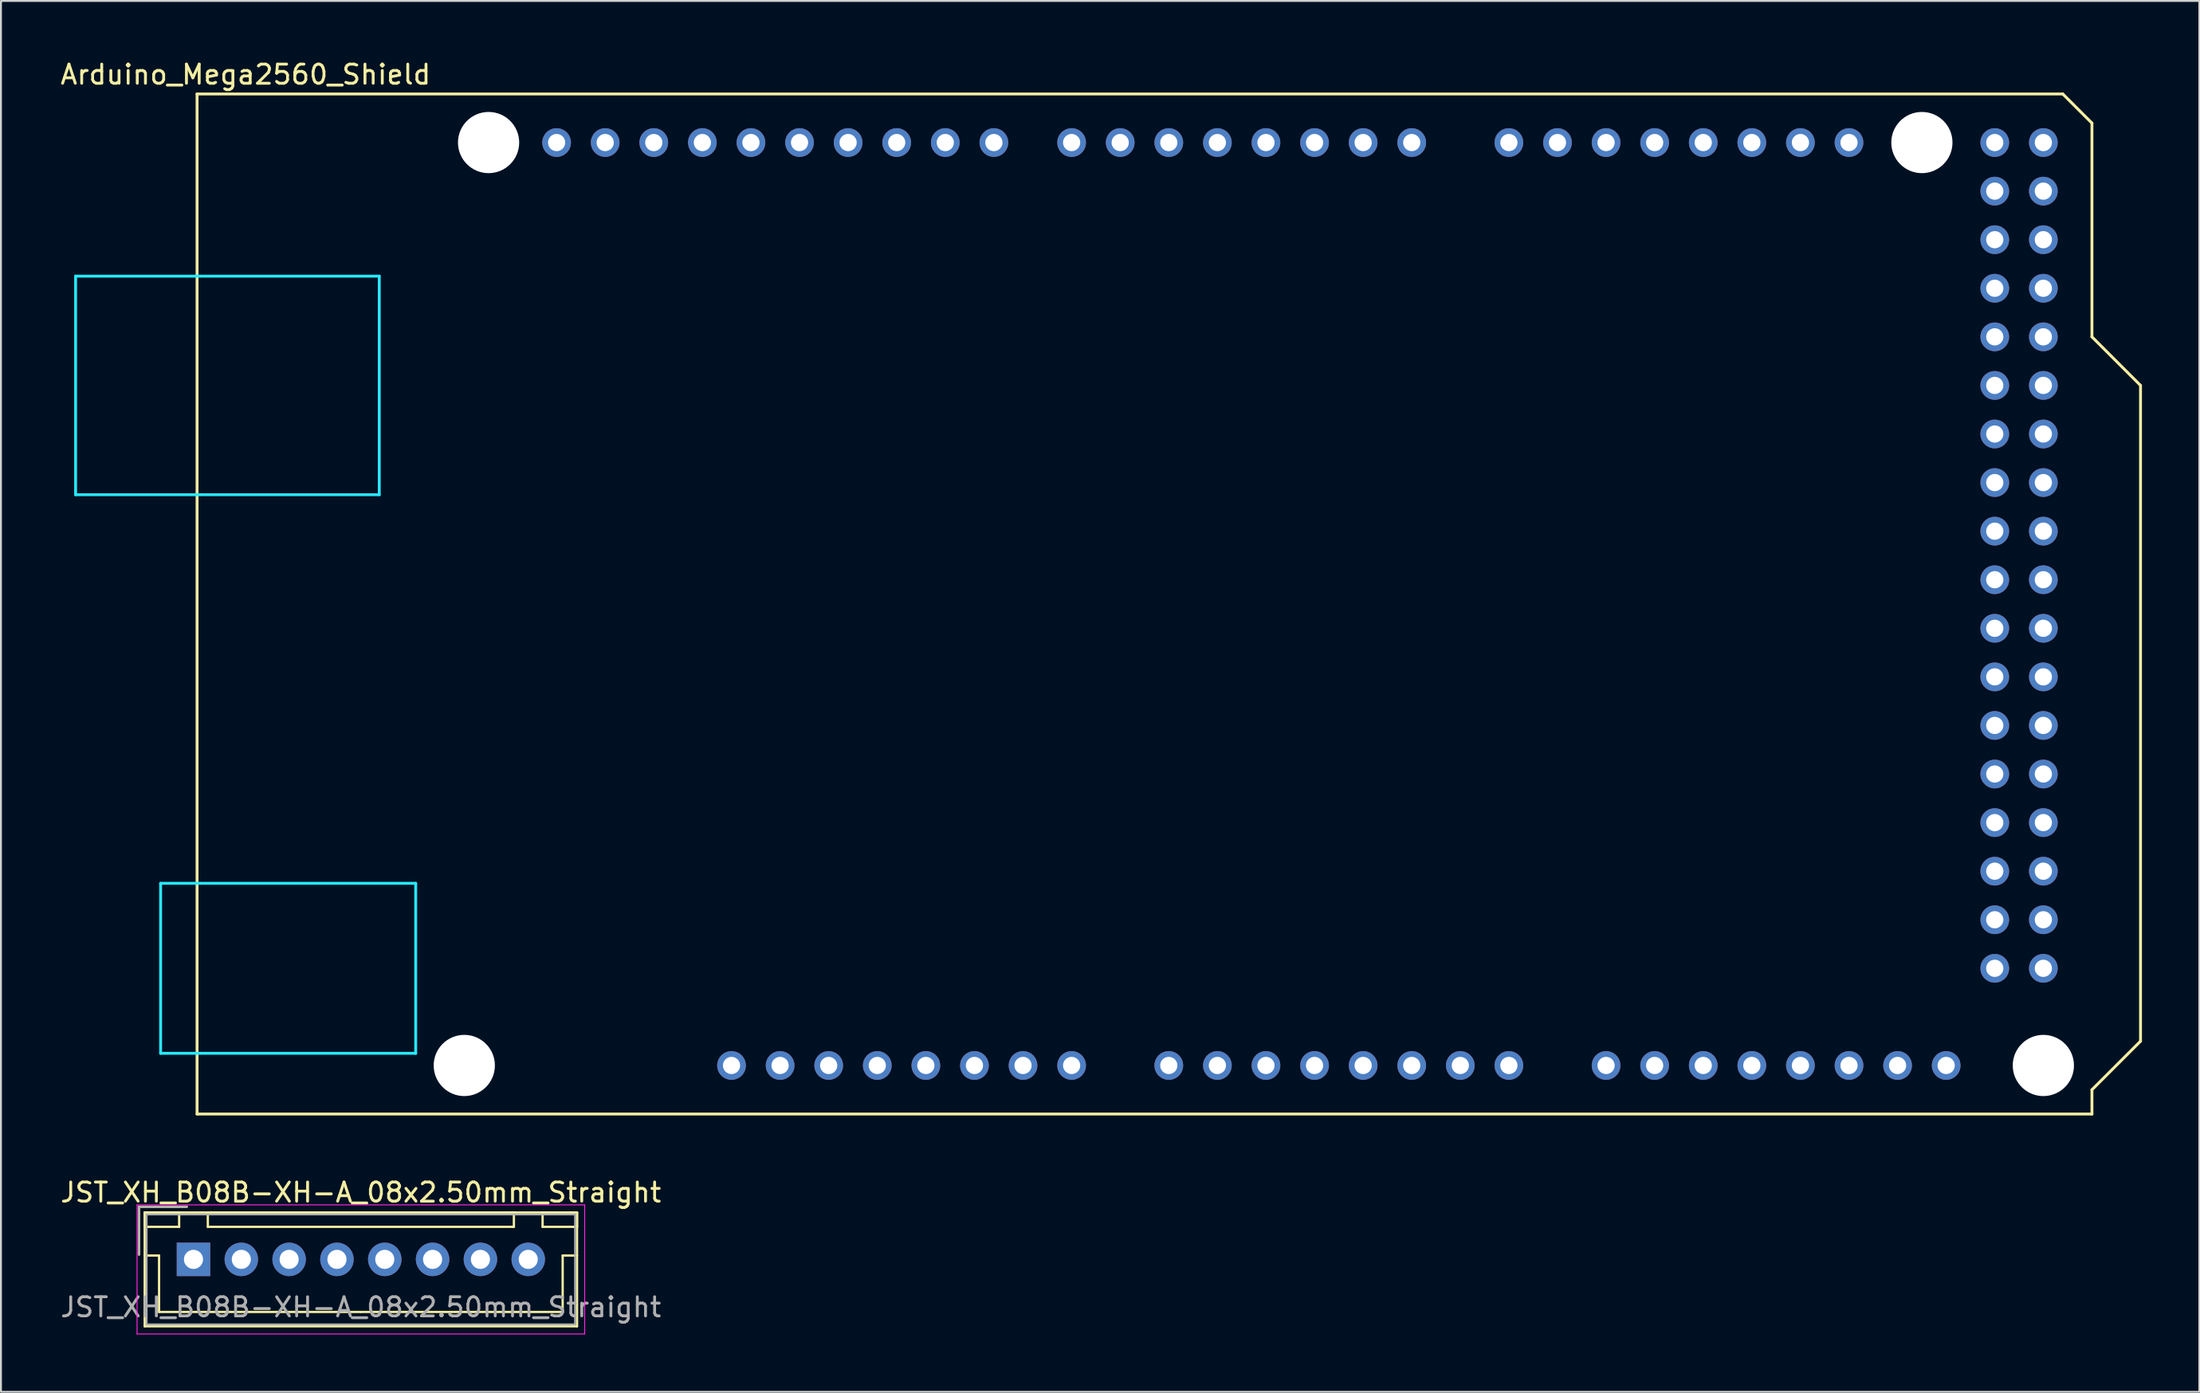
<source format=kicad_pcb>
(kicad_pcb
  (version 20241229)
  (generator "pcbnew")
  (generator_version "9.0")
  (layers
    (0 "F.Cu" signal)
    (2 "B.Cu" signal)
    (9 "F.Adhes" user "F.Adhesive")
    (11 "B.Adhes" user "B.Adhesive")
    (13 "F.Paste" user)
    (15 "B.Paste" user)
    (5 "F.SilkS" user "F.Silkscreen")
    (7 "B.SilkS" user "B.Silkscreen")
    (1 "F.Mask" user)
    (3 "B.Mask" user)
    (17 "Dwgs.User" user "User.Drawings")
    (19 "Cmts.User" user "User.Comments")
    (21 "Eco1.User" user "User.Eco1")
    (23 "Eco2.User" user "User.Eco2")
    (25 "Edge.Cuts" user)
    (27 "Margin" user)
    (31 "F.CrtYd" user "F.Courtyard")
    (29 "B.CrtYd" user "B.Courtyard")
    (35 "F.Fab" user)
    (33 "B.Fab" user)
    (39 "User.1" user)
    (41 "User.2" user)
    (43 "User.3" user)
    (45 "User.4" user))
  (footprint "Arduino_Mega2560_Shield"
    (layer "F.Cu")
    (at 7.252 55.204)
    (property "Reference" "Arduino_Mega2560_Shield" (at 2.54 -54.356 0) (layer "F.SilkS") (effects (font (size 1 1) (thickness 0.15))))
    (attr through_hole)
    (fp_line (start 0 -53.34) (end 0 0) (stroke (width 0.15) (type solid)) (layer "F.SilkS"))
    (fp_line (start 0 -53.34) (end 97.536 -53.34) (stroke (width 0.15) (type solid)) (layer "F.SilkS"))
    (fp_line (start 0 0) (end 99.06 0) (stroke (width 0.15) (type solid)) (layer "F.SilkS"))
    (fp_line (start 97.536 -53.34) (end 99.06 -51.816) (stroke (width 0.15) (type solid)) (layer "F.SilkS"))
    (fp_line (start 99.06 -40.64) (end 99.06 -51.816) (stroke (width 0.15) (type solid)) (layer "F.SilkS"))
    (fp_line (start 99.06 -1.27) (end 101.6 -3.81) (stroke (width 0.15) (type solid)) (layer "F.SilkS"))
    (fp_line (start 99.06 0) (end 99.06 -1.27) (stroke (width 0.15) (type solid)) (layer "F.SilkS"))
    (fp_line (start 101.6 -38.1) (end 99.06 -40.64) (stroke (width 0.15) (type solid)) (layer "F.SilkS"))
    (fp_line (start 101.6 -3.81) (end 101.6 -38.1) (stroke (width 0.15) (type solid)) (layer "F.SilkS"))
    (fp_line (start -6.35 -43.815) (end -6.35 -32.385) (stroke (width 0.15) (type solid)) (layer "B.CrtYd"))
    (fp_line (start -1.905 -12.065) (end -1.905 -3.175) (stroke (width 0.15) (type solid)) (layer "B.CrtYd"))
    (fp_line (start -1.905 -12.065) (end 11.43 -12.065) (stroke (width 0.15) (type solid)) (layer "B.CrtYd"))
    (fp_line (start -1.905 -3.175) (end 11.43 -3.175) (stroke (width 0.15) (type solid)) (layer "B.CrtYd"))
    (fp_line (start 9.525 -43.815) (end -6.35 -43.815) (stroke (width 0.15) (type solid)) (layer "B.CrtYd"))
    (fp_line (start 9.525 -43.815) (end 9.525 -32.385) (stroke (width 0.15) (type solid)) (layer "B.CrtYd"))
    (fp_line (start 9.525 -32.385) (end -6.35 -32.385) (stroke (width 0.15) (type solid)) (layer "B.CrtYd"))
    (fp_line (start 11.43 -12.065) (end 11.43 -3.175) (stroke (width 0.15) (type solid)) (layer "B.CrtYd"))
    (pad "" np_thru_hole circle (at 13.97 -2.54) (size 3.2 3.2) (drill 3.2) (layers "*.Cu" "*.Mask"))
    (pad "" np_thru_hole circle (at 15.24 -50.8) (size 3.2 3.2) (drill 3.2) (layers "*.Cu" "*.Mask"))
    (pad "" thru_hole circle (at 27.94 -2.54) (size 1.5 1.5) (drill 0.9) (layers "*.Cu" "*.Mask"))
    (pad "" np_thru_hole circle (at 90.17 -50.8) (size 3.2 3.2) (drill 3.2) (layers "*.Cu" "*.Mask"))
    (pad "" np_thru_hole circle (at 96.52 -2.54) (size 3.2 3.2) (drill 3.2) (layers "*.Cu" "*.Mask"))
    (pad "3.3V" thru_hole circle (at 35.56 -2.54) (size 1.5 1.5) (drill 0.9) (layers "*.Cu" "*.Mask"))
    (pad "5V1" thru_hole circle (at 38.1 -2.54) (size 1.5 1.5) (drill 0.9) (layers "*.Cu" "*.Mask"))
    (pad "5V3" thru_hole oval (at 93.98 -50.8) (size 1.5 1.5) (drill 0.9) (layers "*.Cu" "*.Mask"))
    (pad "5V4" thru_hole oval (at 96.52 -50.8) (size 1.5 1.5) (drill 0.9) (layers "*.Cu" "*.Mask"))
    (pad "A0" thru_hole circle (at 50.8 -2.54) (size 1.5 1.5) (drill 0.9) (layers "*.Cu" "*.Mask"))
    (pad "A1" thru_hole circle (at 53.34 -2.54) (size 1.5 1.5) (drill 0.9) (layers "*.Cu" "*.Mask"))
    (pad "A2" thru_hole circle (at 55.88 -2.54) (size 1.5 1.5) (drill 0.9) (layers "*.Cu" "*.Mask"))
    (pad "A3" thru_hole circle (at 58.42 -2.54) (size 1.5 1.5) (drill 0.9) (layers "*.Cu" "*.Mask"))
    (pad "A4" thru_hole circle (at 60.96 -2.54) (size 1.5 1.5) (drill 0.9) (layers "*.Cu" "*.Mask"))
    (pad "A5" thru_hole circle (at 63.5 -2.54) (size 1.5 1.5) (drill 0.9) (layers "*.Cu" "*.Mask"))
    (pad "A6" thru_hole circle (at 66.04 -2.54) (size 1.5 1.5) (drill 0.9) (layers "*.Cu" "*.Mask"))
    (pad "A7" thru_hole circle (at 68.58 -2.54) (size 1.5 1.5) (drill 0.9) (layers "*.Cu" "*.Mask"))
    (pad "A8" thru_hole circle (at 73.66 -2.54) (size 1.5 1.5) (drill 0.9) (layers "*.Cu" "*.Mask"))
    (pad "A9" thru_hole circle (at 76.2 -2.54) (size 1.5 1.5) (drill 0.9) (layers "*.Cu" "*.Mask"))
    (pad "A10" thru_hole circle (at 78.74 -2.54) (size 1.5 1.5) (drill 0.9) (layers "*.Cu" "*.Mask"))
    (pad "A11" thru_hole circle (at 81.28 -2.54) (size 1.5 1.5) (drill 0.9) (layers "*.Cu" "*.Mask"))
    (pad "A12" thru_hole circle (at 83.82 -2.54) (size 1.5 1.5) (drill 0.9) (layers "*.Cu" "*.Mask"))
    (pad "A13" thru_hole circle (at 86.36 -2.54) (size 1.5 1.5) (drill 0.9) (layers "*.Cu" "*.Mask"))
    (pad "A14" thru_hole circle (at 88.9 -2.54) (size 1.5 1.5) (drill 0.9) (layers "*.Cu" "*.Mask"))
    (pad "A15" thru_hole circle (at 91.44 -2.54) (size 1.5 1.5) (drill 0.9) (layers "*.Cu" "*.Mask"))
    (pad "AREF" thru_hole circle (at 23.876 -50.8) (size 1.5 1.5) (drill 0.9) (layers "*.Cu" "*.Mask"))
    (pad "D0" thru_hole circle (at 63.5 -50.8) (size 1.5 1.5) (drill 0.9) (layers "*.Cu" "*.Mask"))
    (pad "D1" thru_hole circle (at 60.96 -50.8) (size 1.5 1.5) (drill 0.9) (layers "*.Cu" "*.Mask"))
    (pad "D2" thru_hole circle (at 58.42 -50.8) (size 1.5 1.5) (drill 0.9) (layers "*.Cu" "*.Mask"))
    (pad "D3" thru_hole circle (at 55.88 -50.8) (size 1.5 1.5) (drill 0.9) (layers "*.Cu" "*.Mask"))
    (pad "D4" thru_hole circle (at 53.34 -50.8) (size 1.5 1.5) (drill 0.9) (layers "*.Cu" "*.Mask"))
    (pad "D5" thru_hole circle (at 50.8 -50.8) (size 1.5 1.5) (drill 0.9) (layers "*.Cu" "*.Mask"))
    (pad "D6" thru_hole circle (at 48.26 -50.8) (size 1.5 1.5) (drill 0.9) (layers "*.Cu" "*.Mask"))
    (pad "D7" thru_hole circle (at 45.72 -50.8) (size 1.5 1.5) (drill 0.9) (layers "*.Cu" "*.Mask"))
    (pad "D8" thru_hole circle (at 41.656 -50.8) (size 1.5 1.5) (drill 0.9) (layers "*.Cu" "*.Mask"))
    (pad "D9" thru_hole circle (at 39.116 -50.8) (size 1.5 1.5) (drill 0.9) (layers "*.Cu" "*.Mask"))
    (pad "D10" thru_hole circle (at 36.576 -50.8) (size 1.5 1.5) (drill 0.9) (layers "*.Cu" "*.Mask"))
    (pad "D11" thru_hole circle (at 34.036 -50.8) (size 1.5 1.5) (drill 0.9) (layers "*.Cu" "*.Mask"))
    (pad "D12" thru_hole circle (at 31.496 -50.8) (size 1.5 1.5) (drill 0.9) (layers "*.Cu" "*.Mask"))
    (pad "D13" thru_hole circle (at 28.956 -50.8) (size 1.5 1.5) (drill 0.9) (layers "*.Cu" "*.Mask"))
    (pad "D14" thru_hole circle (at 68.58 -50.8) (size 1.5 1.5) (drill 0.9) (layers "*.Cu" "*.Mask"))
    (pad "D15" thru_hole circle (at 71.12 -50.8) (size 1.5 1.5) (drill 0.9) (layers "*.Cu" "*.Mask"))
    (pad "D16" thru_hole circle (at 73.66 -50.8) (size 1.5 1.5) (drill 0.9) (layers "*.Cu" "*.Mask"))
    (pad "D17" thru_hole oval (at 76.2 -50.8) (size 1.5 1.5) (drill 0.9) (layers "*.Cu" "*.Mask"))
    (pad "D18" thru_hole oval (at 78.74 -50.8) (size 1.5 1.5) (drill 0.9) (layers "*.Cu" "*.Mask"))
    (pad "D19" thru_hole oval (at 81.28 -50.8) (size 1.5 1.5) (drill 0.9) (layers "*.Cu" "*.Mask"))
    (pad "D20" thru_hole circle (at 83.82 -50.8) (size 1.5 1.5) (drill 0.9) (layers "*.Cu" "*.Mask"))
    (pad "D21" thru_hole oval (at 86.36 -50.8) (size 1.5 1.5) (drill 0.9) (layers "*.Cu" "*.Mask"))
    (pad "D22" thru_hole oval (at 93.98 -48.26) (size 1.5 1.5) (drill 0.9) (layers "*.Cu" "*.Mask"))
    (pad "D23" thru_hole oval (at 96.52 -48.26) (size 1.5 1.5) (drill 0.9) (layers "*.Cu" "*.Mask"))
    (pad "D24" thru_hole oval (at 93.98 -45.72) (size 1.5 1.5) (drill 0.9) (layers "*.Cu" "*.Mask"))
    (pad "D25" thru_hole oval (at 96.52 -45.72) (size 1.5 1.5) (drill 0.9) (layers "*.Cu" "*.Mask"))
    (pad "D26" thru_hole oval (at 93.98 -43.18) (size 1.5 1.5) (drill 0.9) (layers "*.Cu" "*.Mask"))
    (pad "D27" thru_hole oval (at 96.52 -43.18) (size 1.5 1.5) (drill 0.9) (layers "*.Cu" "*.Mask"))
    (pad "D28" thru_hole oval (at 93.98 -40.64) (size 1.5 1.5) (drill 0.9) (layers "*.Cu" "*.Mask"))
    (pad "D29" thru_hole oval (at 96.52 -40.64) (size 1.5 1.5) (drill 0.9) (layers "*.Cu" "*.Mask"))
    (pad "D30" thru_hole oval (at 93.98 -38.1) (size 1.5 1.5) (drill 0.9) (layers "*.Cu" "*.Mask"))
    (pad "D31" thru_hole oval (at 96.52 -38.1) (size 1.5 1.5) (drill 0.9) (layers "*.Cu" "*.Mask"))
    (pad "D32" thru_hole oval (at 93.98 -35.56) (size 1.5 1.5) (drill 0.9) (layers "*.Cu" "*.Mask"))
    (pad "D33" thru_hole oval (at 96.52 -35.56) (size 1.5 1.5) (drill 0.9) (layers "*.Cu" "*.Mask"))
    (pad "D34" thru_hole circle (at 93.98 -33.02) (size 1.5 1.5) (drill 0.9) (layers "*.Cu" "*.Mask"))
    (pad "D35" thru_hole circle (at 96.52 -33.02) (size 1.5 1.5) (drill 0.9) (layers "*.Cu" "*.Mask"))
    (pad "D36" thru_hole circle (at 93.98 -30.48) (size 1.5 1.5) (drill 0.9) (layers "*.Cu" "*.Mask"))
    (pad "D37" thru_hole circle (at 96.52 -30.48) (size 1.5 1.5) (drill 0.9) (layers "*.Cu" "*.Mask"))
    (pad "D38" thru_hole circle (at 93.98 -27.94) (size 1.5 1.5) (drill 0.9) (layers "*.Cu" "*.Mask"))
    (pad "D39" thru_hole circle (at 96.52 -27.94) (size 1.5 1.5) (drill 0.9) (layers "*.Cu" "*.Mask"))
    (pad "D40" thru_hole oval (at 93.98 -25.4) (size 1.5 1.5) (drill 0.9) (layers "*.Cu" "*.Mask"))
    (pad "D41" thru_hole oval (at 96.52 -25.4) (size 1.5 1.5) (drill 0.9) (layers "*.Cu" "*.Mask"))
    (pad "D42" thru_hole circle (at 93.98 -22.86) (size 1.5 1.5) (drill 0.9) (layers "*.Cu" "*.Mask"))
    (pad "D43" thru_hole oval (at 96.52 -22.86) (size 1.5 1.5) (drill 0.9) (layers "*.Cu" "*.Mask"))
    (pad "D44" thru_hole oval (at 93.98 -20.32) (size 1.5 1.5) (drill 0.9) (layers "*.Cu" "*.Mask"))
    (pad "D45" thru_hole oval (at 96.52 -20.32) (size 1.5 1.5) (drill 0.9) (layers "*.Cu" "*.Mask"))
    (pad "D46" thru_hole circle (at 93.98 -17.78) (size 1.5 1.5) (drill 0.9) (layers "*.Cu" "*.Mask"))
    (pad "D47" thru_hole circle (at 96.52 -17.78) (size 1.5 1.5) (drill 0.9) (layers "*.Cu" "*.Mask"))
    (pad "D48" thru_hole circle (at 93.98 -15.24) (size 1.5 1.5) (drill 0.9) (layers "*.Cu" "*.Mask"))
    (pad "D49" thru_hole circle (at 96.52 -15.24) (size 1.5 1.5) (drill 0.9) (layers "*.Cu" "*.Mask"))
    (pad "D50" thru_hole circle (at 93.98 -12.7) (size 1.5 1.5) (drill 0.9) (layers "*.Cu" "*.Mask"))
    (pad "D51" thru_hole circle (at 96.52 -12.7) (size 1.5 1.5) (drill 0.9) (layers "*.Cu" "*.Mask"))
    (pad "D52" thru_hole circle (at 93.98 -10.16) (size 1.5 1.5) (drill 0.9) (layers "*.Cu" "*.Mask"))
    (pad "D53" thru_hole circle (at 96.52 -10.16) (size 1.5 1.5) (drill 0.9) (layers "*.Cu" "*.Mask"))
    (pad "GND1" thru_hole circle (at 26.416 -50.8) (size 1.5 1.5) (drill 0.9) (layers "*.Cu" "*.Mask"))
    (pad "GND2" thru_hole circle (at 40.64 -2.54) (size 1.5 1.5) (drill 0.9) (layers "*.Cu" "*.Mask"))
    (pad "GND3" thru_hole circle (at 43.18 -2.54) (size 1.5 1.5) (drill 0.9) (layers "*.Cu" "*.Mask"))
    (pad "GND5" thru_hole circle (at 93.98 -7.62) (size 1.5 1.5) (drill 0.9) (layers "*.Cu" "*.Mask"))
    (pad "GND6" thru_hole circle (at 96.52 -7.62) (size 1.5 1.5) (drill 0.9) (layers "*.Cu" "*.Mask"))
    (pad "IORF" thru_hole circle (at 30.48 -2.54) (size 1.5 1.5) (drill 0.9) (layers "*.Cu" "*.Mask"))
    (pad "RST1" thru_hole circle (at 33.02 -2.54) (size 1.5 1.5) (drill 0.9) (layers "*.Cu" "*.Mask"))
    (pad "SCL" thru_hole circle (at 18.796 -50.8) (size 1.5 1.5) (drill 0.9) (layers "*.Cu" "*.Mask"))
    (pad "SDA" thru_hole circle (at 21.336 -50.8) (size 1.5 1.5) (drill 0.9) (layers "*.Cu" "*.Mask"))
    (pad "VIN" thru_hole circle (at 45.72 -2.54) (size 1.5 1.5) (drill 0.9) (layers "*.Cu" "*.Mask")))
  (footprint "JST_XH_B08B-XH-A_08x2.50mm_Straight"
    (layer "F.Cu")
    (at 7.065 62.803)
    (property "Reference" "JST_XH_B08B-XH-A_08x2.50mm_Straight" (at 8.75 -3.5 0) (layer "F.SilkS") (effects (font (size 1 1) (thickness 0.15))))
    (attr through_hole)
    (fp_line (start -2.85 -2.75) (end -2.85 -0.25) (stroke (width 0.12) (type solid)) (layer "F.SilkS"))
    (fp_line (start -2.55 -2.45) (end -2.55 -1.7) (stroke (width 0.12) (type solid)) (layer "F.SilkS"))
    (fp_line (start -2.55 -2.45) (end -2.55 3.5) (stroke (width 0.12) (type solid)) (layer "F.SilkS"))
    (fp_line (start -2.55 -1.7) (end -0.75 -1.7) (stroke (width 0.12) (type solid)) (layer "F.SilkS"))
    (fp_line (start -2.55 -0.2) (end -1.8 -0.2) (stroke (width 0.12) (type solid)) (layer "F.SilkS"))
    (fp_line (start -2.55 3.5) (end 20.05 3.5) (stroke (width 0.12) (type solid)) (layer "F.SilkS"))
    (fp_line (start -1.8 -0.2) (end -1.8 2.75) (stroke (width 0.12) (type solid)) (layer "F.SilkS"))
    (fp_line (start -1.8 2.75) (end 8.75 2.75) (stroke (width 0.12) (type solid)) (layer "F.SilkS"))
    (fp_line (start -0.75 -2.45) (end -2.55 -2.45) (stroke (width 0.12) (type solid)) (layer "F.SilkS"))
    (fp_line (start -0.75 -1.7) (end -0.75 -2.45) (stroke (width 0.12) (type solid)) (layer "F.SilkS"))
    (fp_line (start -0.35 -2.75) (end -2.85 -2.75) (stroke (width 0.12) (type solid)) (layer "F.SilkS"))
    (fp_line (start 0.75 -2.45) (end 0.75 -1.7) (stroke (width 0.12) (type solid)) (layer "F.SilkS"))
    (fp_line (start 0.75 -1.7) (end 16.75 -1.7) (stroke (width 0.12) (type solid)) (layer "F.SilkS"))
    (fp_line (start 16.75 -2.45) (end 0.75 -2.45) (stroke (width 0.12) (type solid)) (layer "F.SilkS"))
    (fp_line (start 16.75 -1.7) (end 16.75 -2.45) (stroke (width 0.12) (type solid)) (layer "F.SilkS"))
    (fp_line (start 18.25 -2.45) (end 18.25 -1.7) (stroke (width 0.12) (type solid)) (layer "F.SilkS"))
    (fp_line (start 18.25 -1.7) (end 20.05 -1.7) (stroke (width 0.12) (type solid)) (layer "F.SilkS"))
    (fp_line (start 19.3 -0.2) (end 19.3 2.75) (stroke (width 0.12) (type solid)) (layer "F.SilkS"))
    (fp_line (start 19.3 2.75) (end 8.75 2.75) (stroke (width 0.12) (type solid)) (layer "F.SilkS"))
    (fp_line (start 20.05 -2.45) (end -2.55 -2.45) (stroke (width 0.12) (type solid)) (layer "F.SilkS"))
    (fp_line (start 20.05 -2.45) (end 18.25 -2.45) (stroke (width 0.12) (type solid)) (layer "F.SilkS"))
    (fp_line (start 20.05 -1.7) (end 20.05 -2.45) (stroke (width 0.12) (type solid)) (layer "F.SilkS"))
    (fp_line (start 20.05 -0.2) (end 19.3 -0.2) (stroke (width 0.12) (type solid)) (layer "F.SilkS"))
    (fp_line (start 20.05 3.5) (end 20.05 -2.45) (stroke (width 0.12) (type solid)) (layer "F.SilkS"))
    (fp_line (start -2.95 -2.85) (end -2.95 3.9) (stroke (width 0.05) (type solid)) (layer "F.CrtYd"))
    (fp_line (start -2.95 3.9) (end 20.45 3.9) (stroke (width 0.05) (type solid)) (layer "F.CrtYd"))
    (fp_line (start 20.45 -2.85) (end -2.95 -2.85) (stroke (width 0.05) (type solid)) (layer "F.CrtYd"))
    (fp_line (start 20.45 3.9) (end 20.45 -2.85) (stroke (width 0.05) (type solid)) (layer "F.CrtYd"))
    (fp_line (start -2.85 -2.75) (end -2.85 -0.25) (stroke (width 0.1) (type solid)) (layer "F.Fab"))
    (fp_line (start -2.45 -2.35) (end -2.45 3.4) (stroke (width 0.1) (type solid)) (layer "F.Fab"))
    (fp_line (start -2.45 3.4) (end 19.95 3.4) (stroke (width 0.1) (type solid)) (layer "F.Fab"))
    (fp_line (start -0.35 -2.75) (end -2.85 -2.75) (stroke (width 0.1) (type solid)) (layer "F.Fab"))
    (fp_line (start 19.95 -2.35) (end -2.45 -2.35) (stroke (width 0.1) (type solid)) (layer "F.Fab"))
    (fp_line (start 19.95 3.4) (end 19.95 -2.35) (stroke (width 0.1) (type solid)) (layer "F.Fab"))
    (fp_text user "${REFERENCE}" (at 8.75 2.5 0) (layer "F.Fab") (effects (font (size 1 1) (thickness 0.15))))
    (pad "1" thru_hole rect (at 0 0) (size 1.75 1.75) (drill 1) (layers "*.Cu" "*.Mask"))
    (pad "2" thru_hole circle (at 2.5 0) (size 1.75 1.75) (drill 1) (layers "*.Cu" "*.Mask"))
    (pad "3" thru_hole circle (at 5 0) (size 1.75 1.75) (drill 1) (layers "*.Cu" "*.Mask"))
    (pad "4" thru_hole circle (at 7.5 0) (size 1.75 1.75) (drill 1) (layers "*.Cu" "*.Mask"))
    (pad "5" thru_hole circle (at 10 0) (size 1.75 1.75) (drill 1) (layers "*.Cu" "*.Mask"))
    (pad "6" thru_hole circle (at 12.5 0) (size 1.75 1.75) (drill 1) (layers "*.Cu" "*.Mask"))
    (pad "7" thru_hole circle (at 15 0) (size 1.75 1.75) (drill 1) (layers "*.Cu" "*.Mask"))
    (pad "8" thru_hole circle (at 17.5 0) (size 1.75 1.75) (drill 1) (layers "*.Cu" "*.Mask")))
  (gr_rect
    (start -3 -3)
    (end 111.927 69.728)
    (stroke (width 0.1) (type default))
    (fill no)
    (layer "Edge.Cuts")))
</source>
